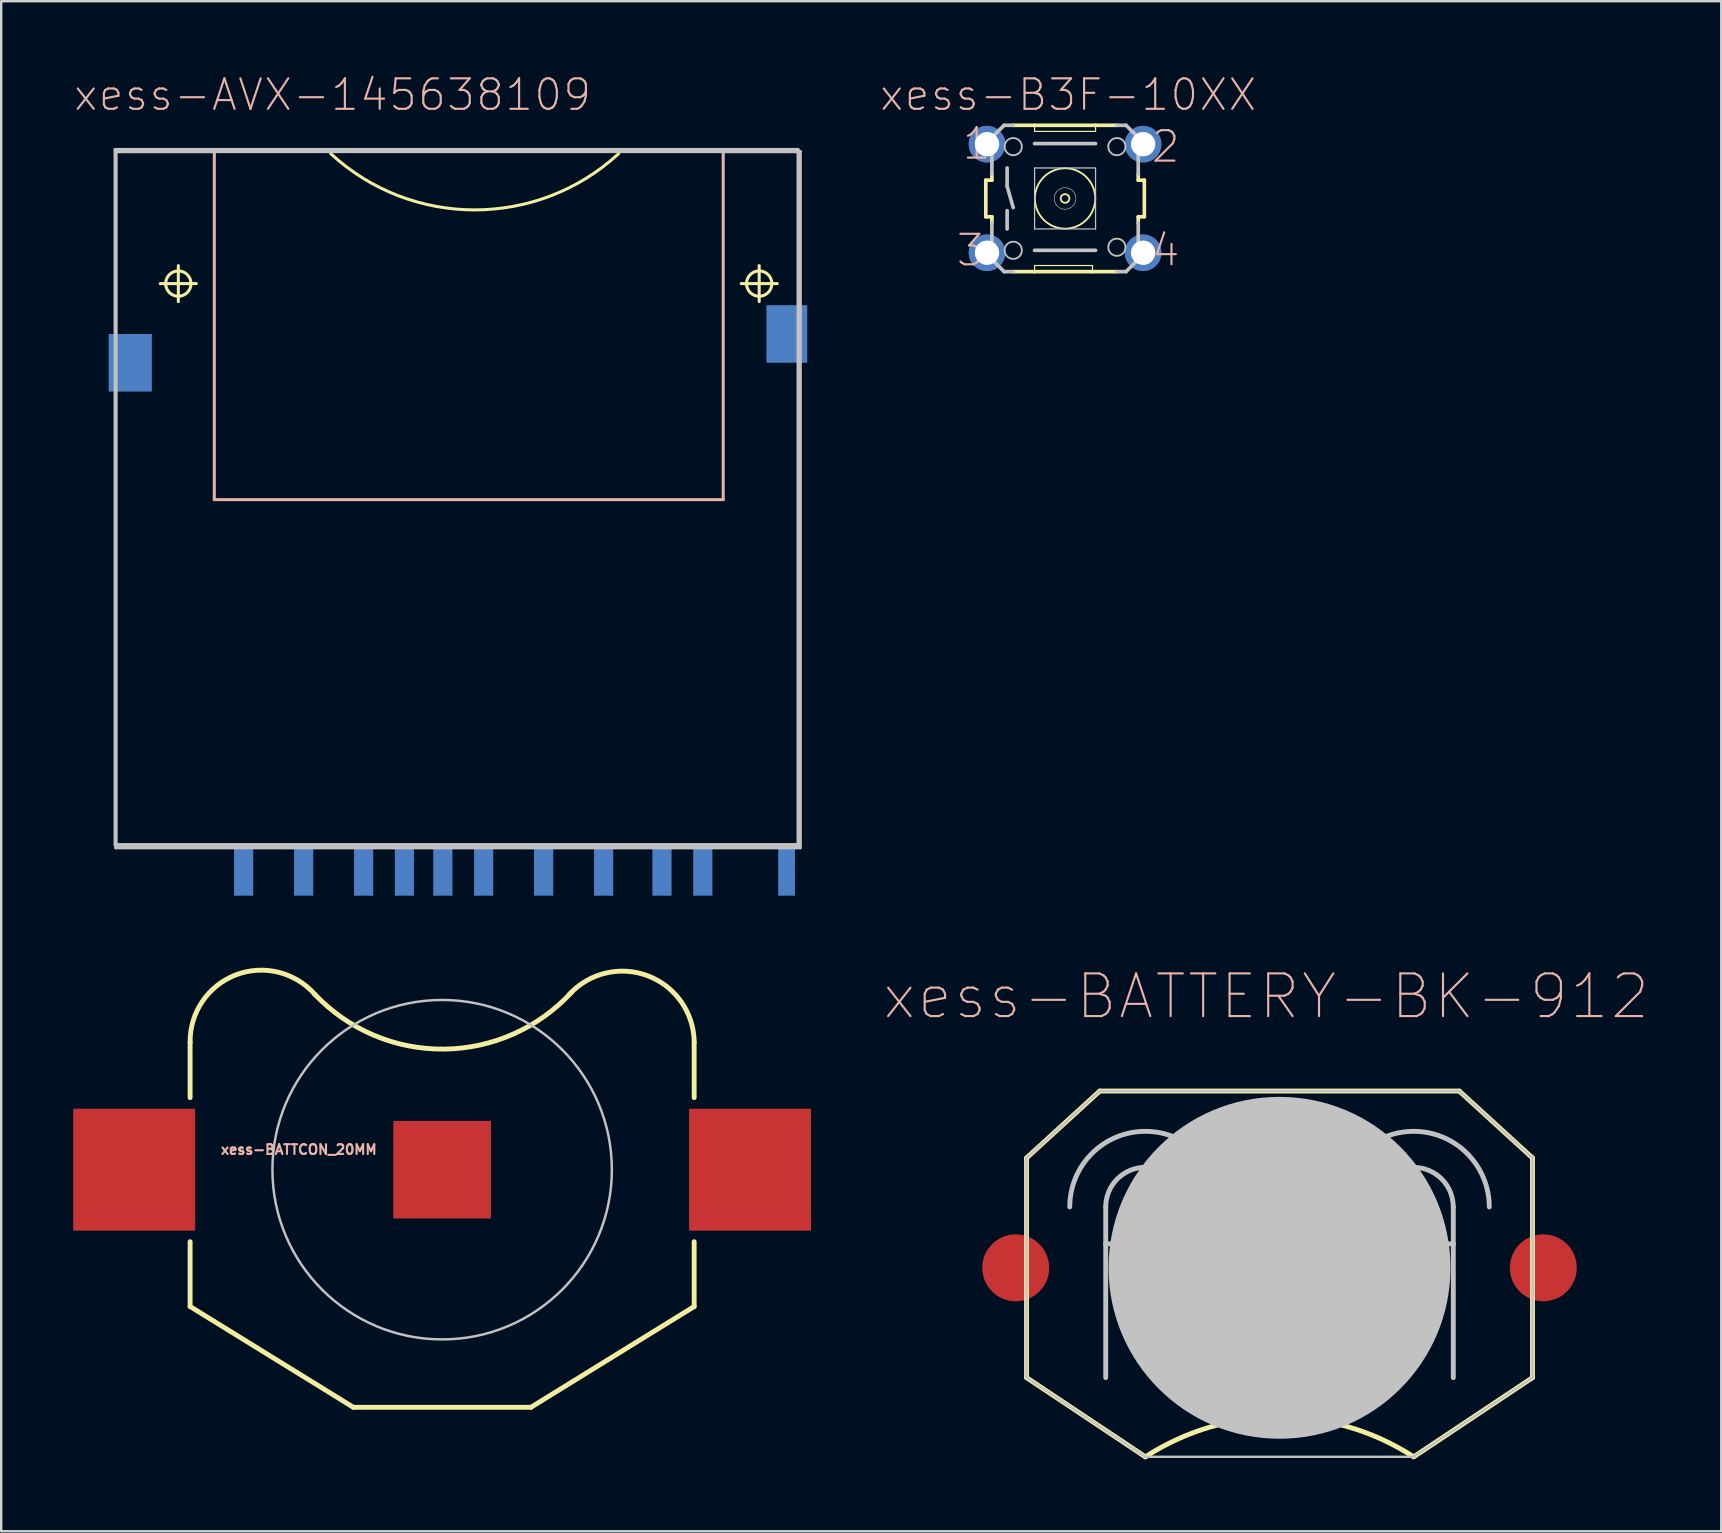
<source format=kicad_pcb>
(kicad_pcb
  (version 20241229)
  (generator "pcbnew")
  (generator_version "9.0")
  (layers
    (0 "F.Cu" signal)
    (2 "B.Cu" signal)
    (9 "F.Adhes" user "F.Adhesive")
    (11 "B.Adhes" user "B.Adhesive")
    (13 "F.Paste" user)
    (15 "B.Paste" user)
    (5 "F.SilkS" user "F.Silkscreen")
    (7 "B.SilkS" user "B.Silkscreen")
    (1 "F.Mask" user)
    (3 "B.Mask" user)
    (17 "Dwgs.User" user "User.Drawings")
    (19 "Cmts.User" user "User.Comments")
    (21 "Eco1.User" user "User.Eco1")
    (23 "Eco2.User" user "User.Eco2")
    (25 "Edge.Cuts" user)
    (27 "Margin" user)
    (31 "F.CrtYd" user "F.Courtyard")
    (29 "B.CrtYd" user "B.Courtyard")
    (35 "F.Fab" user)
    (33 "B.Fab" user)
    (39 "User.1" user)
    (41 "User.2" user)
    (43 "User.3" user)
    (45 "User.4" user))
  (footprint "xess-BATTCON_20MM"
    (layer "F.Cu")
    (at 15.367 45.673)
    (property "Reference" "xess-BATTCON_20MM" (at -5.969 -0.838 0) (layer "B.SilkS") (effects (font (size 0.406 0.406) (thickness 0.089))))
    (attr smd)
    (fp_line (start -10.498 -5.298) (end -10.498 -3) (stroke (width 0.203) (type solid)) (layer "F.SilkS"))
    (fp_line (start -10.498 5.7) (end -10.498 3) (stroke (width 0.203) (type solid)) (layer "F.SilkS"))
    (fp_line (start -3.698 9.898) (end -10.498 5.7) (stroke (width 0.203) (type solid)) (layer "F.SilkS"))
    (fp_line (start -3.698 9.898) (end 3.698 9.898) (stroke (width 0.203) (type solid)) (layer "F.SilkS"))
    (fp_line (start 3.698 9.898) (end 10.498 5.7) (stroke (width 0.203) (type solid)) (layer "F.SilkS"))
    (fp_line (start 10.498 -5.298) (end 10.498 -3) (stroke (width 0.203) (type solid)) (layer "F.SilkS"))
    (fp_line (start 10.498 5.7) (end 10.498 3) (stroke (width 0.203) (type solid)) (layer "F.SilkS"))
    (fp_arc (start -10.49782 -5.29844) (mid -8.598411 -8.112619) (end -5.301461 -7.301768) (stroke (width 0.2032) (type solid)) (layer "F.SilkS"))
    (fp_arc (start 5.29844 -7.29996) (mid 8.577815 -8.072128) (end 10.500564 -5.305617) (stroke (width 0.2032) (type solid)) (layer "F.SilkS"))
    (fp_arc (start 5.3975 -7.39902) (mid 0.072503 -5.022804) (end -5.296991 -7.296685) (stroke (width 0.2032) (type solid)) (layer "F.SilkS"))
    (fp_circle (center 0 0) (end -4.999 4.999) (stroke (width 0.102) (type solid)) (fill no) (layer "Dwgs.User"))
    (pad "1" smd rect (at -12.827 0) (size 5.08 5.08) (layers "F.Cu" "F.Mask" "F.Paste"))
    (pad "2" smd rect (at 0 0) (size 4.064 4.064) (layers "F.Cu" "F.Mask" "F.Paste"))
    (pad "3" smd rect (at 12.827 0) (size 5.08 5.08) (layers "F.Cu" "F.Mask" "F.Paste")))
  (footprint "xess-AVX-145638109"
    (layer "F.Cu")
    (at 16.476 8.763)
    (property "Reference" "xess-AVX-145638109" (at -5.674 -7.864 180) (layer "B.SilkS") (effects (font (size 1.27 1.27) (thickness 0.089))))
    (attr smd)
    (fp_line (start -12.85 0) (end -11.349 0) (stroke (width 0.127) (type solid)) (layer "F.SilkS"))
    (fp_line (start -12.098 0.749) (end -12.098 -0.749) (stroke (width 0.127) (type solid)) (layer "F.SilkS"))
    (fp_line (start 11.349 0) (end 12.85 0) (stroke (width 0.127) (type solid)) (layer "F.SilkS"))
    (fp_line (start 12.098 0.749) (end 12.098 -0.749) (stroke (width 0.127) (type solid)) (layer "F.SilkS"))
    (fp_arc (start 6.24586 -5.41528) (mid 0.247543 -3.069693) (end -5.751391 -5.413703) (stroke (width 0.127) (type solid)) (layer "F.SilkS"))
    (fp_circle (center -12.098 0) (end -12.471 0.373) (stroke (width 0.127) (type solid)) (fill no) (layer "F.SilkS"))
    (fp_circle (center 12.098 0) (end 12.471 0.373) (stroke (width 0.127) (type solid)) (fill no) (layer "F.SilkS"))
    (fp_line (start -14.699 -5.499) (end -14.699 23.498) (stroke (width 0.127) (type solid)) (layer "B.SilkS"))
    (fp_line (start -14.699 23.498) (end 13.8 23.498) (stroke (width 0.127) (type solid)) (layer "B.SilkS"))
    (fp_line (start -10.599 -5.499) (end -14.699 -5.499) (stroke (width 0.127) (type solid)) (layer "B.SilkS"))
    (fp_line (start -10.599 8.999) (end -10.599 -5.499) (stroke (width 0.127) (type solid)) (layer "B.SilkS"))
    (fp_line (start 10.599 -5.499) (end 10.599 8.999) (stroke (width 0.127) (type solid)) (layer "B.SilkS"))
    (fp_line (start 10.599 8.999) (end -10.599 8.999) (stroke (width 0.127) (type solid)) (layer "B.SilkS"))
    (fp_line (start 13.8 -5.499) (end 10.599 -5.499) (stroke (width 0.127) (type solid)) (layer "B.SilkS"))
    (fp_line (start 13.8 23.498) (end 13.8 -5.499) (stroke (width 0.127) (type solid)) (layer "B.SilkS"))
    (fp_line (start -14.732 -5.588) (end -14.732 23.368) (stroke (width 0.127) (type solid)) (layer "Dwgs.User"))
    (fp_line (start -14.732 23.368) (end 13.716 23.368) (stroke (width 0.127) (type solid)) (layer "Dwgs.User"))
    (fp_line (start -14.699 -5.499) (end -14.699 23.498) (stroke (width 0.127) (type solid)) (layer "Dwgs.User"))
    (fp_line (start -14.699 23.498) (end 13.8 23.498) (stroke (width 0.127) (type solid)) (layer "Dwgs.User"))
    (fp_line (start 13.716 -5.588) (end -14.732 -5.588) (stroke (width 0.127) (type solid)) (layer "Dwgs.User"))
    (fp_line (start 13.716 23.368) (end 13.716 -5.588) (stroke (width 0.127) (type solid)) (layer "Dwgs.User"))
    (fp_line (start 13.8 -5.499) (end -14.699 -5.499) (stroke (width 0.127) (type solid)) (layer "Dwgs.User"))
    (fp_line (start 13.8 23.498) (end 13.8 -5.499) (stroke (width 0.127) (type solid)) (layer "Dwgs.User"))
    (pad "1" smd rect (at -6.878 24.498) (size 0.798 1.999) (layers "B.Cu" "B.Mask" "B.Paste"))
    (pad "2" smd rect (at -4.379 24.498) (size 0.798 1.999) (layers "B.Cu" "B.Mask" "B.Paste"))
    (pad "3" smd rect (at -1.079 24.498) (size 0.798 1.999) (layers "B.Cu" "B.Mask" "B.Paste"))
    (pad "4" smd rect (at 0.62 24.498) (size 0.798 1.999) (layers "B.Cu" "B.Mask" "B.Paste"))
    (pad "5" smd rect (at 3.119 24.498) (size 0.798 1.999) (layers "B.Cu" "B.Mask" "B.Paste"))
    (pad "6" smd rect (at 5.618 24.498) (size 0.798 1.999) (layers "B.Cu" "B.Mask" "B.Paste"))
    (pad "7" smd rect (at 8.049 24.498) (size 0.798 1.999) (layers "B.Cu" "B.Mask" "B.Paste"))
    (pad "8" smd rect (at 9.749 24.498) (size 0.798 1.999) (layers "B.Cu" "B.Mask" "B.Paste"))
    (pad "9" smd rect (at -9.378 24.498) (size 0.798 1.999) (layers "B.Cu" "B.Mask" "B.Paste"))
    (pad "DT" smd rect (at -2.68 24.498) (size 0.798 1.999) (layers "B.Cu" "B.Mask" "B.Paste"))
    (pad "HD1" smd rect (at -14.1 3.299) (size 1.798 2.398) (layers "B.Cu" "B.Mask" "B.Paste"))
    (pad "WP" smd rect (at 13.238 24.498) (size 0.699 1.999) (layers "B.Cu" "B.Mask" "B.Paste"))
    (pad "WPGN" smd rect (at 13.249 2.098) (size 1.699 2.398) (layers "B.Cu" "B.Mask" "B.Paste")))
  (footprint "xess-BATTERY-BK-912"
    (layer "F.Cu")
    (at 50.248 49.76)
    (property "Reference" "xess-BATTERY-BK-912" (at -0.556 -11.303 0) (layer "B.SilkS") (effects (font (size 1.778 1.778) (thickness 0.089))))
    (attr smd)
    (fp_circle (center 0 0) (end -4.445 4.445) (stroke (width 0) (type solid)) (fill yes) (layer "F.Mask"))
    (fp_line (start -10.538 -4.575) (end -7.488 -7.363) (stroke (width 0.203) (type solid)) (layer "F.SilkS"))
    (fp_line (start -10.538 4.575) (end -10.538 -4.575) (stroke (width 0.203) (type solid)) (layer "F.SilkS"))
    (fp_line (start -7.488 -7.363) (end 7.488 -7.363) (stroke (width 0.203) (type solid)) (layer "F.SilkS"))
    (fp_line (start -5.588 7.874) (end -10.538 4.575) (stroke (width 0.203) (type solid)) (layer "F.SilkS"))
    (fp_line (start 7.488 -7.363) (end 10.538 -4.575) (stroke (width 0.203) (type solid)) (layer "F.SilkS"))
    (fp_line (start 10.538 -4.575) (end 10.538 4.575) (stroke (width 0.203) (type solid)) (layer "F.SilkS"))
    (fp_line (start 10.538 4.575) (end 5.588 7.874) (stroke (width 0.203) (type solid)) (layer "F.SilkS"))
    (fp_arc (start -5.588 7.874) (mid -0.002356 6.218061) (end 5.584049 7.871434) (stroke (width 0.2032) (type solid)) (layer "F.SilkS"))
    (fp_line (start -10.538 -4.575) (end -7.488 -7.363) (stroke (width 0.1) (type solid)) (layer "Dwgs.User"))
    (fp_line (start -10.538 4.575) (end -10.538 -4.575) (stroke (width 0.1) (type solid)) (layer "Dwgs.User"))
    (fp_line (start -7.488 -7.363) (end 7.488 -7.363) (stroke (width 0.1) (type solid)) (layer "Dwgs.User"))
    (fp_line (start -7.239 -2.535) (end -7.239 -0.998) (stroke (width 0.203) (type solid)) (layer "Dwgs.User"))
    (fp_line (start -7.239 -0.998) (end -7.239 4.575) (stroke (width 0.203) (type solid)) (layer "Dwgs.User"))
    (fp_line (start -5.588 7.874) (end -10.538 4.575) (stroke (width 0.1) (type solid)) (layer "Dwgs.User"))
    (fp_line (start -3.94 -2.535) (end -3.94 -0.998) (stroke (width 0.203) (type solid)) (layer "Dwgs.User"))
    (fp_line (start -3.94 -0.998) (end -7.239 -0.998) (stroke (width 0.203) (type solid)) (layer "Dwgs.User"))
    (fp_line (start -3.94 -0.998) (end -3.94 4.575) (stroke (width 0.203) (type solid)) (layer "Dwgs.User"))
    (fp_line (start 3.94 -2.535) (end 3.94 -0.998) (stroke (width 0.203) (type solid)) (layer "Dwgs.User"))
    (fp_line (start 3.94 -0.998) (end 3.94 4.575) (stroke (width 0.203) (type solid)) (layer "Dwgs.User"))
    (fp_line (start 3.94 -0.998) (end 7.239 -0.998) (stroke (width 0.203) (type solid)) (layer "Dwgs.User"))
    (fp_line (start 5.588 7.874) (end -5.588 7.874) (stroke (width 0.1) (type solid)) (layer "Dwgs.User"))
    (fp_line (start 7.239 -2.535) (end 7.239 -0.998) (stroke (width 0.203) (type solid)) (layer "Dwgs.User"))
    (fp_line (start 7.239 -0.998) (end 7.239 4.575) (stroke (width 0.203) (type solid)) (layer "Dwgs.User"))
    (fp_line (start 7.488 -7.363) (end 10.538 -4.575) (stroke (width 0.1) (type solid)) (layer "Dwgs.User"))
    (fp_line (start 10.538 -4.575) (end 10.538 4.575) (stroke (width 0.1) (type solid)) (layer "Dwgs.User"))
    (fp_line (start 10.538 4.575) (end 5.588 7.874) (stroke (width 0.1) (type solid)) (layer "Dwgs.User"))
    (fp_arc (start -8.7376 -2.53492) (mid -5.588 -5.68452) (end -2.4384 -2.53492) (stroke (width 0.2032) (type solid)) (layer "Dwgs.User"))
    (fp_arc (start -7.239 -2.53492) (mid -5.588 -4.18592) (end -3.937 -2.53492) (stroke (width 0.2032) (type solid)) (layer "Dwgs.User"))
    (fp_arc (start 2.4384 -2.53492) (mid 5.588 -5.68452) (end 8.7376 -2.53492) (stroke (width 0.2032) (type solid)) (layer "Dwgs.User"))
    (fp_arc (start 3.93954 -2.53492) (mid 5.588 -4.18338) (end 7.23646 -2.53492) (stroke (width 0.2032) (type solid)) (layer "Dwgs.User"))
    (fp_circle (center 0 0) (end -4.999 4.999) (stroke (width 0) (type solid)) (fill yes) (layer "Dwgs.User"))
    (fp_circle (center 0 0) (end -4.999 4.999) (stroke (width 0.102) (type solid)) (fill no) (layer "Dwgs.User"))
    (pad "-" smd circle (at 0 0) (size 13 13) (layers "F.Cu" "F.Mask" "F.Paste"))
    (pad "1+" smd circle (at -10.988 0) (size 2.789 2.789) (layers "F.Cu" "F.Mask" "F.Paste"))
    (pad "2+" smd circle (at 10.988 0) (size 2.789 2.789) (layers "F.Cu" "F.Mask" "F.Paste")))
  (footprint "xess-B3F-10XX"
    (layer "F.Cu")
    (at 41.315 5.217)
    (property "Reference" "xess-B3F-10XX" (at 0.127 -4.318 0) (layer "B.SilkS") (effects (font (size 1.27 1.27) (thickness 0.089))))
    (attr exclude_from_pos_files exclude_from_bom)
    (fp_line (start -3.302 -0.762) (end -3.302 0.762) (stroke (width 0.152) (type solid)) (layer "F.SilkS"))
    (fp_line (start -3.302 -0.762) (end -3.048 -0.762) (stroke (width 0.152) (type solid)) (layer "F.SilkS"))
    (fp_line (start -3.048 -0.762) (end -3.048 -1.016) (stroke (width 0.152) (type solid)) (layer "F.SilkS"))
    (fp_line (start -3.048 0.762) (end -3.302 0.762) (stroke (width 0.152) (type solid)) (layer "F.SilkS"))
    (fp_line (start -3.048 0.762) (end -3.048 1.016) (stroke (width 0.152) (type solid)) (layer "F.SilkS"))
    (fp_line (start -2.159 3.048) (end -1.27 3.048) (stroke (width 0.152) (type solid)) (layer "F.SilkS"))
    (fp_line (start -1.27 -3.048) (end -2.159 -3.048) (stroke (width 0.152) (type solid)) (layer "F.SilkS"))
    (fp_line (start -1.27 -3.048) (end -1.27 -2.794) (stroke (width 0.051) (type solid)) (layer "F.SilkS"))
    (fp_line (start -1.27 2.794) (end -1.27 3.048) (stroke (width 0.051) (type solid)) (layer "F.SilkS"))
    (fp_line (start -1.27 3.048) (end 1.143 3.048) (stroke (width 0.152) (type solid)) (layer "F.SilkS"))
    (fp_line (start 1.143 2.794) (end -1.27 2.794) (stroke (width 0.051) (type solid)) (layer "F.SilkS"))
    (fp_line (start 1.143 2.794) (end 1.143 3.048) (stroke (width 0.051) (type solid)) (layer "F.SilkS"))
    (fp_line (start 1.143 3.048) (end 2.159 3.048) (stroke (width 0.152) (type solid)) (layer "F.SilkS"))
    (fp_line (start 1.27 -3.048) (end -1.27 -3.048) (stroke (width 0.152) (type solid)) (layer "F.SilkS"))
    (fp_line (start 1.27 -2.794) (end -1.27 -2.794) (stroke (width 0.051) (type solid)) (layer "F.SilkS"))
    (fp_line (start 1.27 -2.794) (end 1.27 -3.048) (stroke (width 0.051) (type solid)) (layer "F.SilkS"))
    (fp_line (start 2.159 -3.048) (end 1.27 -3.048) (stroke (width 0.152) (type solid)) (layer "F.SilkS"))
    (fp_line (start 3.048 -0.762) (end 3.048 -1.016) (stroke (width 0.152) (type solid)) (layer "F.SilkS"))
    (fp_line (start 3.048 -0.762) (end 3.302 -0.762) (stroke (width 0.152) (type solid)) (layer "F.SilkS"))
    (fp_line (start 3.048 0.762) (end 3.048 1.016) (stroke (width 0.152) (type solid)) (layer "F.SilkS"))
    (fp_line (start 3.302 0.762) (end 3.048 0.762) (stroke (width 0.152) (type solid)) (layer "F.SilkS"))
    (fp_line (start 3.302 0.762) (end 3.302 -0.762) (stroke (width 0.152) (type solid)) (layer "F.SilkS"))
    (fp_circle (center 0 0) (end -0.889 0.889) (stroke (width 0.076) (type solid)) (fill no) (layer "F.SilkS"))
    (fp_circle (center 0 0) (end -0.127 0.127) (stroke (width 0.076) (type solid)) (fill no) (layer "F.SilkS"))
    (fp_line (start -3.048 -2.54) (end -3.048 -1.016) (stroke (width 0.152) (type solid)) (layer "Dwgs.User"))
    (fp_line (start -3.048 2.54) (end -3.048 1.016) (stroke (width 0.152) (type solid)) (layer "Dwgs.User"))
    (fp_line (start -2.54 -3.048) (end -3.048 -2.54) (stroke (width 0.152) (type solid)) (layer "Dwgs.User"))
    (fp_line (start -2.54 -3.048) (end -2.159 -3.048) (stroke (width 0.152) (type solid)) (layer "Dwgs.User"))
    (fp_line (start -2.54 3.048) (end -3.048 2.54) (stroke (width 0.152) (type solid)) (layer "Dwgs.User"))
    (fp_line (start -2.54 3.048) (end -2.159 3.048) (stroke (width 0.152) (type solid)) (layer "Dwgs.User"))
    (fp_line (start -2.413 -1.27) (end -2.413 -0.508) (stroke (width 0.152) (type solid)) (layer "Dwgs.User"))
    (fp_line (start -2.413 -0.508) (end -2.159 0.381) (stroke (width 0.152) (type solid)) (layer "Dwgs.User"))
    (fp_line (start -2.413 0.508) (end -2.413 1.27) (stroke (width 0.152) (type solid)) (layer "Dwgs.User"))
    (fp_line (start -1.27 -1.27) (end -1.27 1.27) (stroke (width 0.051) (type solid)) (layer "Dwgs.User"))
    (fp_line (start -1.27 -1.27) (end 1.27 -1.27) (stroke (width 0.051) (type solid)) (layer "Dwgs.User"))
    (fp_line (start -1.27 2.159) (end 1.27 2.159) (stroke (width 0.152) (type solid)) (layer "Dwgs.User"))
    (fp_line (start 1.27 -2.286) (end -1.27 -2.286) (stroke (width 0.152) (type solid)) (layer "Dwgs.User"))
    (fp_line (start 1.27 1.27) (end -1.27 1.27) (stroke (width 0.051) (type solid)) (layer "Dwgs.User"))
    (fp_line (start 1.27 1.27) (end 1.27 -1.27) (stroke (width 0.051) (type solid)) (layer "Dwgs.User"))
    (fp_line (start 2.54 -3.048) (end 2.159 -3.048) (stroke (width 0.152) (type solid)) (layer "Dwgs.User"))
    (fp_line (start 2.54 3.048) (end 2.159 3.048) (stroke (width 0.152) (type solid)) (layer "Dwgs.User"))
    (fp_line (start 2.54 3.048) (end 3.048 2.54) (stroke (width 0.152) (type solid)) (layer "Dwgs.User"))
    (fp_line (start 3.048 -2.54) (end 2.54 -3.048) (stroke (width 0.152) (type solid)) (layer "Dwgs.User"))
    (fp_line (start 3.048 -1.016) (end 3.048 -2.54) (stroke (width 0.152) (type solid)) (layer "Dwgs.User"))
    (fp_line (start 3.048 2.54) (end 3.048 1.016) (stroke (width 0.152) (type solid)) (layer "Dwgs.User"))
    (fp_circle (center -2.159 -2.159) (end -2.413 -2.413) (stroke (width 0.076) (type solid)) (fill no) (layer "Dwgs.User"))
    (fp_circle (center -2.159 2.159) (end -2.413 2.413) (stroke (width 0.076) (type solid)) (fill no) (layer "Dwgs.User"))
    (fp_circle (center 0 0) (end -0.318 0.318) (stroke (width 0.025) (type solid)) (fill no) (layer "Dwgs.User"))
    (fp_circle (center 2.159 -2.159) (end 2.413 -2.413) (stroke (width 0.076) (type solid)) (fill no) (layer "Dwgs.User"))
    (fp_circle (center 2.159 2.032) (end 2.413 2.286) (stroke (width 0.076) (type solid)) (fill no) (layer "Dwgs.User"))
    (fp_text user "3" (at -3.937 2.159 0) (layer "B.SilkS") (effects (font (size 1.27 1.27) (thickness 0.089))))
    (fp_text user "4" (at 4.191 2.159 0) (layer "B.SilkS") (effects (font (size 1.27 1.27) (thickness 0.089))))
    (fp_text user "2" (at 4.191 -2.159 0) (layer "B.SilkS") (effects (font (size 1.27 1.27) (thickness 0.089))))
    (fp_text user "1" (at -3.683 -2.286 0) (layer "B.SilkS") (effects (font (size 1.27 1.27) (thickness 0.089))))
    (pad "1" thru_hole circle (at -3.251 -2.261) (size 1.524 1.524) (drill 1.016) (layers "*.Cu" "*.Mask"))
    (pad "2" thru_hole circle (at 3.251 -2.261) (size 1.524 1.524) (drill 1.016) (layers "*.Cu" "*.Mask"))
    (pad "3" thru_hole circle (at -3.251 2.261) (size 1.524 1.524) (drill 1.016) (layers "*.Cu" "*.Mask"))
    (pad "4" thru_hole circle (at 3.251 2.261) (size 1.524 1.524) (drill 1.016) (layers "*.Cu" "*.Mask")))
  (gr_rect
    (start -3 -3)
    (end 68.649 60.735)
    (stroke (width 0.1) (type default))
    (fill no)
    (layer "Edge.Cuts")))
</source>
